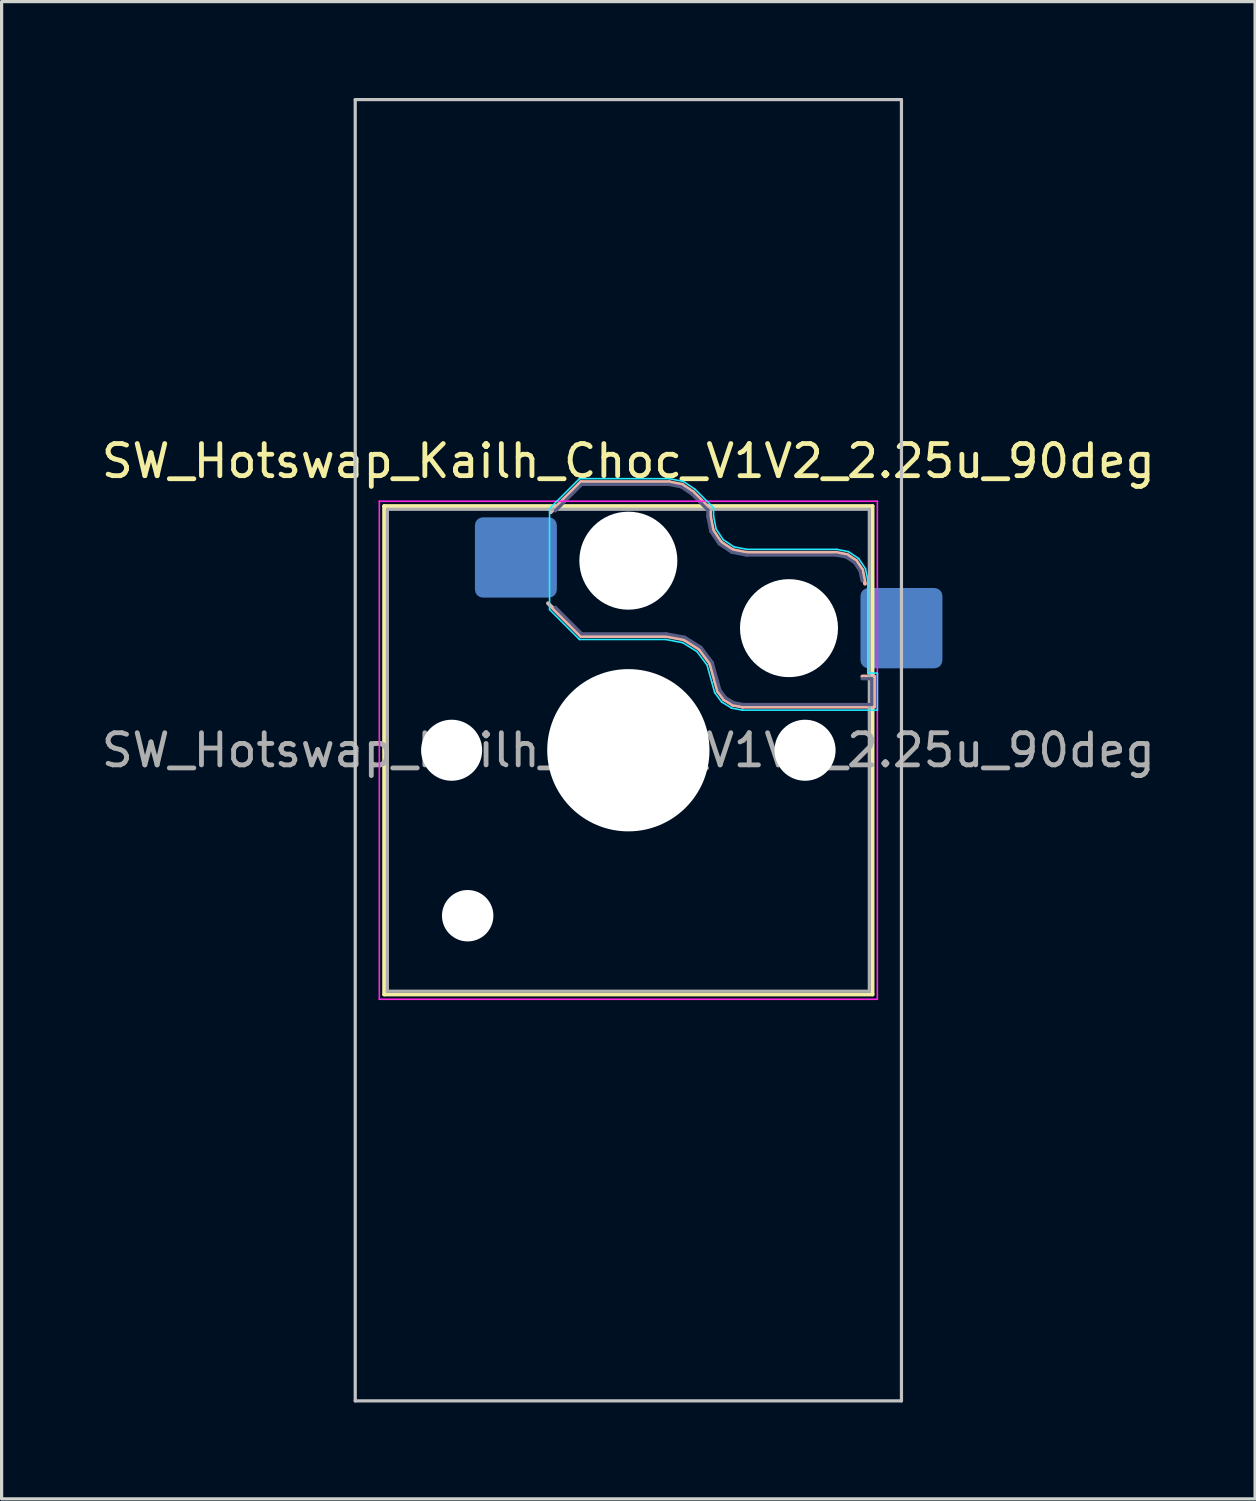
<source format=kicad_pcb>
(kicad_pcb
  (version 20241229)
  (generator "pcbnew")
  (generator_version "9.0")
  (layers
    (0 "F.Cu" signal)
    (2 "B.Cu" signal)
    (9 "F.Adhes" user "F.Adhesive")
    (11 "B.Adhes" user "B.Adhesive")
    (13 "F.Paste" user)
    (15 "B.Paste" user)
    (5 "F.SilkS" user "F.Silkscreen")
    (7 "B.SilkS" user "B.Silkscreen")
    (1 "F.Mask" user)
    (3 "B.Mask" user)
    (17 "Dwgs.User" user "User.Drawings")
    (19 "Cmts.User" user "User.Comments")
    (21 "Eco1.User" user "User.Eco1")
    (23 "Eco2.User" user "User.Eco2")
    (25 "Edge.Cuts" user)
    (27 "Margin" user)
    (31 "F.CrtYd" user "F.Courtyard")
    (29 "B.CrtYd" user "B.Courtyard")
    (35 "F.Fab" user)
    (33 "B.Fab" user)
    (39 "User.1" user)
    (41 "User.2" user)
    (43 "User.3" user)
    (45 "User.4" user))
  (footprint "SW_Hotswap_Kailh_Choc_V1V2_2.25u_90deg"
    (layer "F.Cu")
    (at 16.506 20.3)
    (property "Reference" "SW_Hotswap_Kailh_Choc_V1V2_2.25u_90deg" (at 0 -9 0) (layer "F.SilkS") (effects (font (size 1 1) (thickness 0.15))))
    (attr smd)
    (fp_line (start -7.6 -7.6) (end -7.6 7.6) (stroke (width 0.12) (type solid)) (layer "F.SilkS"))
    (fp_line (start -7.6 7.6) (end 7.6 7.6) (stroke (width 0.12) (type solid)) (layer "F.SilkS"))
    (fp_line (start 7.6 -7.6) (end -7.6 -7.6) (stroke (width 0.12) (type solid)) (layer "F.SilkS"))
    (fp_line (start 7.6 7.6) (end 7.6 -7.6) (stroke (width 0.12) (type solid)) (layer "F.SilkS"))
    (fp_line (start -2.416 -7.409) (end -1.479 -8.346) (stroke (width 0.12) (type solid)) (layer "B.SilkS"))
    (fp_line (start -1.479 -8.346) (end 1.268 -8.346) (stroke (width 0.12) (type solid)) (layer "B.SilkS"))
    (fp_line (start -1.479 -3.554) (end -2.5 -4.575) (stroke (width 0.12) (type solid)) (layer "B.SilkS"))
    (fp_line (start 1.168 -3.554) (end -1.479 -3.554) (stroke (width 0.12) (type solid)) (layer "B.SilkS"))
    (fp_line (start 1.268 -8.346) (end 1.671 -8.266) (stroke (width 0.12) (type solid)) (layer "B.SilkS"))
    (fp_line (start 1.671 -8.266) (end 2.013 -8.037) (stroke (width 0.12) (type solid)) (layer "B.SilkS"))
    (fp_line (start 1.73 -3.449) (end 1.168 -3.554) (stroke (width 0.12) (type solid)) (layer "B.SilkS"))
    (fp_line (start 2.013 -8.037) (end 2.546 -7.504) (stroke (width 0.12) (type solid)) (layer "B.SilkS"))
    (fp_line (start 2.209 -3.15) (end 1.73 -3.449) (stroke (width 0.12) (type solid)) (layer "B.SilkS"))
    (fp_line (start 2.546 -7.504) (end 2.546 -7.282) (stroke (width 0.12) (type solid)) (layer "B.SilkS"))
    (fp_line (start 2.546 -7.282) (end 2.633 -6.844) (stroke (width 0.12) (type solid)) (layer "B.SilkS"))
    (fp_line (start 2.547 -2.697) (end 2.209 -3.15) (stroke (width 0.12) (type solid)) (layer "B.SilkS"))
    (fp_line (start 2.633 -6.844) (end 2.877 -6.477) (stroke (width 0.12) (type solid)) (layer "B.SilkS"))
    (fp_line (start 2.701 -2.139) (end 2.547 -2.697) (stroke (width 0.12) (type solid)) (layer "B.SilkS"))
    (fp_line (start 2.783 -1.841) (end 2.701 -2.139) (stroke (width 0.12) (type solid)) (layer "B.SilkS"))
    (fp_line (start 2.877 -6.477) (end 3.244 -6.233) (stroke (width 0.12) (type solid)) (layer "B.SilkS"))
    (fp_line (start 2.976 -1.583) (end 2.783 -1.841) (stroke (width 0.12) (type solid)) (layer "B.SilkS"))
    (fp_line (start 3.244 -6.233) (end 3.682 -6.146) (stroke (width 0.12) (type solid)) (layer "B.SilkS"))
    (fp_line (start 3.25 -1.413) (end 2.976 -1.583) (stroke (width 0.12) (type solid)) (layer "B.SilkS"))
    (fp_line (start 3.56 -1.354) (end 3.25 -1.413) (stroke (width 0.12) (type solid)) (layer "B.SilkS"))
    (fp_line (start 3.682 -6.146) (end 6.482 -6.146) (stroke (width 0.12) (type solid)) (layer "B.SilkS"))
    (fp_line (start 6.482 -6.146) (end 6.809 -6.081) (stroke (width 0.12) (type solid)) (layer "B.SilkS"))
    (fp_line (start 6.809 -6.081) (end 7.092 -5.892) (stroke (width 0.12) (type solid)) (layer "B.SilkS"))
    (fp_line (start 7.092 -5.892) (end 7.281 -5.609) (stroke (width 0.12) (type solid)) (layer "B.SilkS"))
    (fp_line (start 7.281 -5.609) (end 7.366 -5.182) (stroke (width 0.12) (type solid)) (layer "B.SilkS"))
    (fp_line (start 7.283 -2.296) (end 7.646 -2.296) (stroke (width 0.12) (type solid)) (layer "B.SilkS"))
    (fp_line (start 7.646 -2.296) (end 7.646 -1.354) (stroke (width 0.12) (type solid)) (layer "B.SilkS"))
    (fp_line (start 7.646 -1.354) (end 3.56 -1.354) (stroke (width 0.12) (type solid)) (layer "B.SilkS"))
    (fp_line (start -8.5 -20.25) (end 8.5 -20.25) (stroke (width 0.1) (type solid)) (layer "Dwgs.User"))
    (fp_line (start -8.5 20.25) (end -8.5 -20.25) (stroke (width 0.1) (type solid)) (layer "Dwgs.User"))
    (fp_line (start 8.5 -20.25) (end 8.5 20.25) (stroke (width 0.1) (type solid)) (layer "Dwgs.User"))
    (fp_line (start 8.5 20.25) (end -8.5 20.25) (stroke (width 0.1) (type solid)) (layer "Dwgs.User"))
    (fp_line (start -7.25 -7.25) (end -7.25 7.25) (stroke (width 0.1) (type solid)) (layer "Eco1.User"))
    (fp_line (start -7.25 7.25) (end 7.25 7.25) (stroke (width 0.1) (type solid)) (layer "Eco1.User"))
    (fp_line (start 7.25 -7.25) (end -7.25 -7.25) (stroke (width 0.1) (type solid)) (layer "Eco1.User"))
    (fp_line (start 7.25 7.25) (end 7.25 -7.25) (stroke (width 0.1) (type solid)) (layer "Eco1.User"))
    (fp_line (start -2.452 -7.523) (end -1.523 -8.452) (stroke (width 0.05) (type solid)) (layer "B.CrtYd"))
    (fp_line (start -2.452 -4.377) (end -2.452 -7.523) (stroke (width 0.05) (type solid)) (layer "B.CrtYd"))
    (fp_line (start -1.523 -8.452) (end 1.278 -8.452) (stroke (width 0.05) (type solid)) (layer "B.CrtYd"))
    (fp_line (start -1.523 -3.448) (end -2.452 -4.377) (stroke (width 0.05) (type solid)) (layer "B.CrtYd"))
    (fp_line (start 1.159 -3.448) (end -1.523 -3.448) (stroke (width 0.05) (type solid)) (layer "B.CrtYd"))
    (fp_line (start 1.278 -8.452) (end 1.712 -8.366) (stroke (width 0.05) (type solid)) (layer "B.CrtYd"))
    (fp_line (start 1.691 -3.348) (end 1.159 -3.448) (stroke (width 0.05) (type solid)) (layer "B.CrtYd"))
    (fp_line (start 1.712 -8.366) (end 2.081 -8.119) (stroke (width 0.05) (type solid)) (layer "B.CrtYd"))
    (fp_line (start 2.081 -8.119) (end 2.652 -7.548) (stroke (width 0.05) (type solid)) (layer "B.CrtYd"))
    (fp_line (start 2.136 -3.071) (end 1.691 -3.348) (stroke (width 0.05) (type solid)) (layer "B.CrtYd"))
    (fp_line (start 2.45 -2.65) (end 2.136 -3.071) (stroke (width 0.05) (type solid)) (layer "B.CrtYd"))
    (fp_line (start 2.599 -2.111) (end 2.45 -2.65) (stroke (width 0.05) (type solid)) (layer "B.CrtYd"))
    (fp_line (start 2.652 -7.548) (end 2.652 -7.292) (stroke (width 0.05) (type solid)) (layer "B.CrtYd"))
    (fp_line (start 2.652 -7.292) (end 2.733 -6.885) (stroke (width 0.05) (type solid)) (layer "B.CrtYd"))
    (fp_line (start 2.687 -1.794) (end 2.599 -2.111) (stroke (width 0.05) (type solid)) (layer "B.CrtYd"))
    (fp_line (start 2.733 -6.885) (end 2.953 -6.553) (stroke (width 0.05) (type solid)) (layer "B.CrtYd"))
    (fp_line (start 2.903 -1.503) (end 2.687 -1.794) (stroke (width 0.05) (type solid)) (layer "B.CrtYd"))
    (fp_line (start 2.953 -6.553) (end 3.285 -6.333) (stroke (width 0.05) (type solid)) (layer "B.CrtYd"))
    (fp_line (start 3.211 -1.312) (end 2.903 -1.503) (stroke (width 0.05) (type solid)) (layer "B.CrtYd"))
    (fp_line (start 3.285 -6.333) (end 3.692 -6.252) (stroke (width 0.05) (type solid)) (layer "B.CrtYd"))
    (fp_line (start 3.55 -1.248) (end 3.211 -1.312) (stroke (width 0.05) (type solid)) (layer "B.CrtYd"))
    (fp_line (start 3.692 -6.252) (end 6.492 -6.252) (stroke (width 0.05) (type solid)) (layer "B.CrtYd"))
    (fp_line (start 6.492 -6.252) (end 6.85 -6.181) (stroke (width 0.05) (type solid)) (layer "B.CrtYd"))
    (fp_line (start 6.85 -6.181) (end 7.168 -5.968) (stroke (width 0.05) (type solid)) (layer "B.CrtYd"))
    (fp_line (start 7.168 -5.968) (end 7.381 -5.65) (stroke (width 0.05) (type solid)) (layer "B.CrtYd"))
    (fp_line (start 7.381 -5.65) (end 7.452 -5.292) (stroke (width 0.05) (type solid)) (layer "B.CrtYd"))
    (fp_line (start 7.452 -5.292) (end 7.452 -2.402) (stroke (width 0.05) (type solid)) (layer "B.CrtYd"))
    (fp_line (start 7.452 -2.402) (end 7.752 -2.402) (stroke (width 0.05) (type solid)) (layer "B.CrtYd"))
    (fp_line (start 7.752 -2.402) (end 7.752 -1.248) (stroke (width 0.05) (type solid)) (layer "B.CrtYd"))
    (fp_line (start 7.752 -1.248) (end 3.55 -1.248) (stroke (width 0.05) (type solid)) (layer "B.CrtYd"))
    (fp_line (start -7.75 -7.75) (end -7.75 7.75) (stroke (width 0.05) (type solid)) (layer "F.CrtYd"))
    (fp_line (start -7.75 7.75) (end 7.75 7.75) (stroke (width 0.05) (type solid)) (layer "F.CrtYd"))
    (fp_line (start 7.75 -7.75) (end -7.75 -7.75) (stroke (width 0.05) (type solid)) (layer "F.CrtYd"))
    (fp_line (start 7.75 7.75) (end 7.75 -7.75) (stroke (width 0.05) (type solid)) (layer "F.CrtYd"))
    (fp_line (start -2.275 -7.45) (end -1.45 -8.275) (stroke (width 0.1) (type solid)) (layer "B.Fab"))
    (fp_line (start -1.45 -8.275) (end 1.261 -8.275) (stroke (width 0.1) (type solid)) (layer "B.Fab"))
    (fp_line (start -1.45 -3.625) (end -2.275 -4.45) (stroke (width 0.1) (type solid)) (layer "B.Fab"))
    (fp_line (start 1.175 -3.625) (end -1.45 -3.625) (stroke (width 0.1) (type solid)) (layer "B.Fab"))
    (fp_line (start 1.261 -8.275) (end 1.643 -8.199) (stroke (width 0.1) (type solid)) (layer "B.Fab"))
    (fp_line (start 1.643 -8.199) (end 1.968 -7.982) (stroke (width 0.1) (type solid)) (layer "B.Fab"))
    (fp_line (start 1.756 -3.516) (end 1.175 -3.625) (stroke (width 0.1) (type solid)) (layer "B.Fab"))
    (fp_line (start 1.968 -7.982) (end 2.475 -7.475) (stroke (width 0.1) (type solid)) (layer "B.Fab"))
    (fp_line (start 2.258 -3.203) (end 1.756 -3.516) (stroke (width 0.1) (type solid)) (layer "B.Fab"))
    (fp_line (start 2.475 -7.475) (end 2.475 -7.275) (stroke (width 0.1) (type solid)) (layer "B.Fab"))
    (fp_line (start 2.475 -7.275) (end 2.566 -6.816) (stroke (width 0.1) (type solid)) (layer "B.Fab"))
    (fp_line (start 2.566 -6.816) (end 2.826 -6.426) (stroke (width 0.1) (type solid)) (layer "B.Fab"))
    (fp_line (start 2.612 -2.729) (end 2.258 -3.203) (stroke (width 0.1) (type solid)) (layer "B.Fab"))
    (fp_line (start 2.769 -2.158) (end 2.612 -2.729) (stroke (width 0.1) (type solid)) (layer "B.Fab"))
    (fp_line (start 2.826 -6.426) (end 3.216 -6.166) (stroke (width 0.1) (type solid)) (layer "B.Fab"))
    (fp_line (start 2.848 -1.873) (end 2.769 -2.158) (stroke (width 0.1) (type solid)) (layer "B.Fab"))
    (fp_line (start 3.025 -1.636) (end 2.848 -1.873) (stroke (width 0.1) (type solid)) (layer "B.Fab"))
    (fp_line (start 3.216 -6.166) (end 3.675 -6.075) (stroke (width 0.1) (type solid)) (layer "B.Fab"))
    (fp_line (start 3.276 -1.48) (end 3.025 -1.636) (stroke (width 0.1) (type solid)) (layer "B.Fab"))
    (fp_line (start 3.567 -1.425) (end 3.276 -1.48) (stroke (width 0.1) (type solid)) (layer "B.Fab"))
    (fp_line (start 3.675 -6.075) (end 6.475 -6.075) (stroke (width 0.1) (type solid)) (layer "B.Fab"))
    (fp_line (start 6.475 -6.075) (end 6.781 -6.014) (stroke (width 0.1) (type solid)) (layer "B.Fab"))
    (fp_line (start 6.781 -6.014) (end 7.041 -5.841) (stroke (width 0.1) (type solid)) (layer "B.Fab"))
    (fp_line (start 7.041 -5.841) (end 7.214 -5.581) (stroke (width 0.1) (type solid)) (layer "B.Fab"))
    (fp_line (start 7.214 -5.581) (end 7.275 -5.275) (stroke (width 0.1) (type solid)) (layer "B.Fab"))
    (fp_line (start 7.275 -2.225) (end 7.575 -2.225) (stroke (width 0.1) (type solid)) (layer "B.Fab"))
    (fp_line (start 7.575 -2.225) (end 7.575 -1.425) (stroke (width 0.1) (type solid)) (layer "B.Fab"))
    (fp_line (start 7.575 -1.425) (end 3.567 -1.425) (stroke (width 0.1) (type solid)) (layer "B.Fab"))
    (fp_line (start -7.5 -7.5) (end -7.5 7.5) (stroke (width 0.1) (type solid)) (layer "F.Fab"))
    (fp_line (start -7.5 7.5) (end 7.5 7.5) (stroke (width 0.1) (type solid)) (layer "F.Fab"))
    (fp_line (start 7.5 -7.5) (end -7.5 -7.5) (stroke (width 0.1) (type solid)) (layer "F.Fab"))
    (fp_line (start 7.5 7.5) (end 7.5 -7.5) (stroke (width 0.1) (type solid)) (layer "F.Fab"))
    (fp_text user "${REFERENCE}" (at 0 0 0) (layer "F.Fab") (effects (font (size 1 1) (thickness 0.15))))
    (pad "" np_thru_hole circle (at -5.5 0) (size 1.9 1.9) (drill 1.9) (layers "*.Cu" "*.Mask"))
    (pad "" np_thru_hole circle (at -5 5.15) (size 1.6 1.6) (drill 1.6) (layers "*.Cu" "*.Mask"))
    (pad "" np_thru_hole circle (at 0 -5.9) (size 3.05 3.05) (drill 3.05) (layers "*.Cu" "*.Mask"))
    (pad "" np_thru_hole circle (at 0 0) (size 5.05 5.05) (drill 5.05) (layers "*.Cu" "*.Mask"))
    (pad "" np_thru_hole circle (at 5 -3.8) (size 3.05 3.05) (drill 3.05) (layers "*.Cu" "*.Mask"))
    (pad "" np_thru_hole circle (at 5.5 0) (size 1.9 1.9) (drill 1.9) (layers "*.Cu" "*.Mask"))
    (pad "1" smd roundrect (at -3.5 -6) (size 2.55 2.5) (layers "B.Cu" "B.Mask" "B.Paste") (roundrect_rratio 0.1))
    (pad "2" smd roundrect (at 8.5 -3.8) (size 2.55 2.5) (layers "B.Cu" "B.Mask" "B.Paste") (roundrect_rratio 0.1)))
  (gr_rect
    (start -3 -3)
    (end 36.012 43.6)
    (stroke (width 0.1) (type default))
    (fill no)
    (layer "Edge.Cuts")))
</source>
